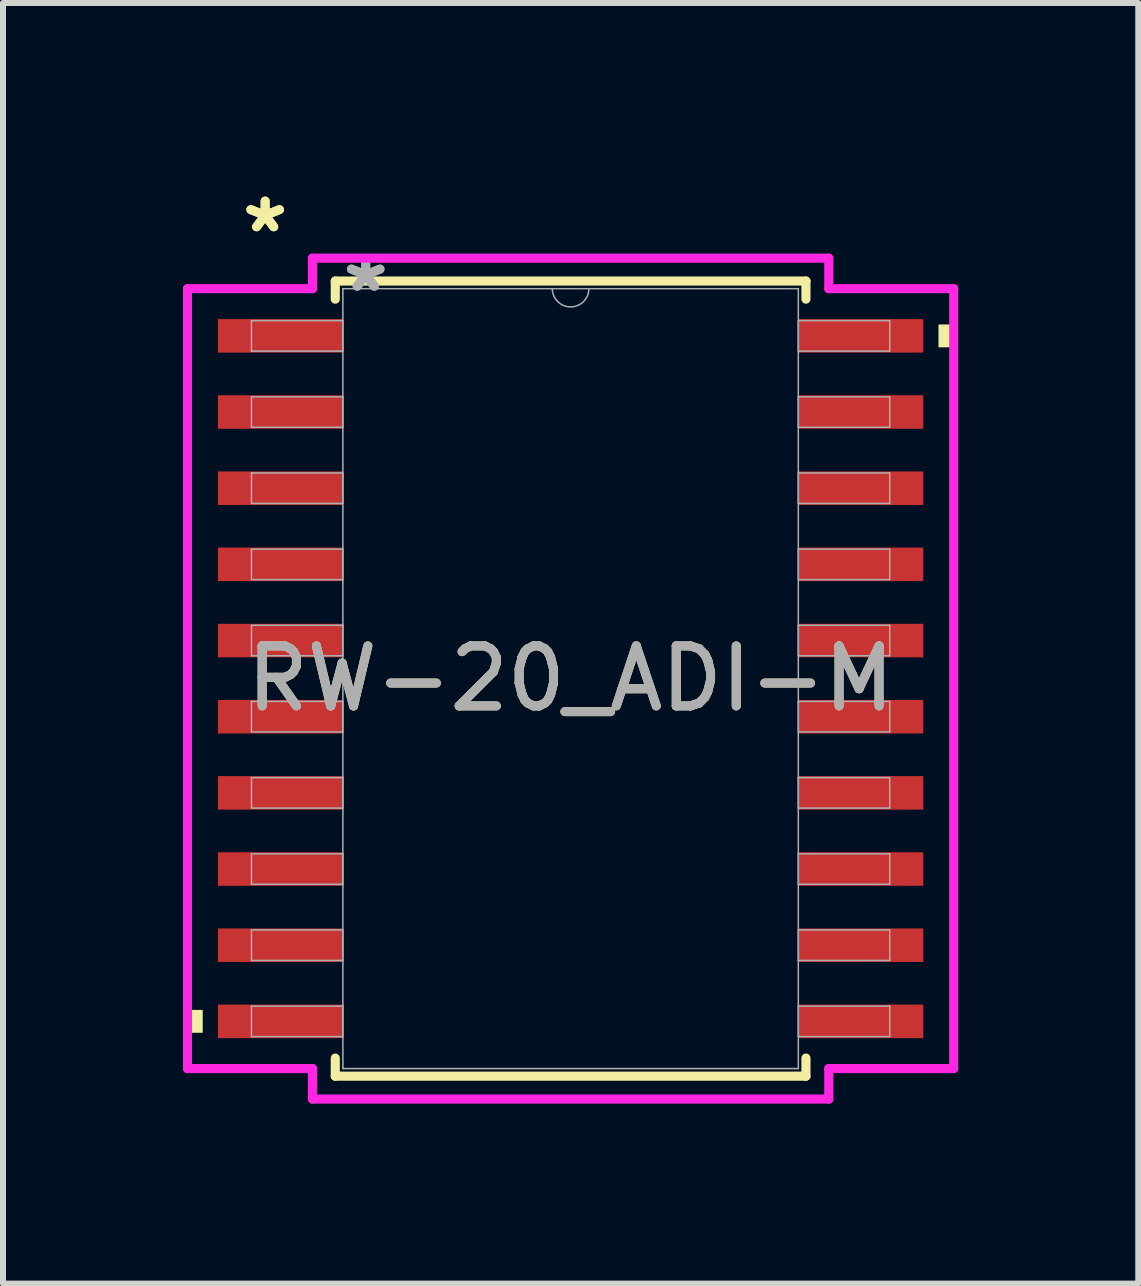
<source format=kicad_pcb>
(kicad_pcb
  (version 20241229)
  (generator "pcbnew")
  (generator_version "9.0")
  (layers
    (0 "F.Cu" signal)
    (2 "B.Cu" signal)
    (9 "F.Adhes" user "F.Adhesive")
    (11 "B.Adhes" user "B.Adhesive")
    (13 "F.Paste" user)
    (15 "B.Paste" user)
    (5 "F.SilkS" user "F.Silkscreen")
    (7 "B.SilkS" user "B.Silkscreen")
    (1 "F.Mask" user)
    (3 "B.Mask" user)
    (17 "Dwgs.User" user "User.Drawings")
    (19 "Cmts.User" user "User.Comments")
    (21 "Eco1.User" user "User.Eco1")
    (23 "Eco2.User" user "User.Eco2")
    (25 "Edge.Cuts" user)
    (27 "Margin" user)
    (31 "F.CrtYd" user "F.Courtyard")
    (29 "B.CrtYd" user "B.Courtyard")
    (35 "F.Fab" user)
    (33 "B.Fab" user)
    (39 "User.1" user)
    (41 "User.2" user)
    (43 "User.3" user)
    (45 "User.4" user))
  (footprint "RW-20_ADI-M"
    (layer "F.Cu")
    (at 6.464 8.265)
    (property "Reference" "RW-20_ADI-M" (at 0 0 0) (unlocked yes) (layer "F.SilkS") (effects (font (size 1 1) (thickness 0.15))))
    (attr smd)
    (fp_line (start -3.924 -6.629) (end -3.924 -6.327) (stroke (width 0.152) (type solid)) (layer "F.SilkS"))
    (fp_line (start -3.924 6.327) (end -3.924 6.629) (stroke (width 0.152) (type solid)) (layer "F.SilkS"))
    (fp_line (start -3.924 6.629) (end 3.924 6.629) (stroke (width 0.152) (type solid)) (layer "F.SilkS"))
    (fp_line (start 3.924 -6.629) (end -3.924 -6.629) (stroke (width 0.152) (type solid)) (layer "F.SilkS"))
    (fp_line (start 3.924 -6.327) (end 3.924 -6.629) (stroke (width 0.152) (type solid)) (layer "F.SilkS"))
    (fp_line (start 3.924 6.629) (end 3.924 6.327) (stroke (width 0.152) (type solid)) (layer "F.SilkS"))
    (fp_poly (pts (xy -6.388 5.524) (xy -6.388 5.905) (xy -6.134 5.905) (xy -6.134 5.524)) (stroke (width 0) (type solid)) (fill yes) (layer "F.SilkS"))
    (fp_poly (pts (xy 6.388 -5.905) (xy 6.388 -5.524) (xy 6.134 -5.524) (xy 6.134 -5.905)) (stroke (width 0) (type solid)) (fill yes) (layer "F.SilkS"))
    (fp_line (start -6.388 -6.502) (end -4.305 -6.502) (stroke (width 0.152) (type solid)) (layer "F.CrtYd"))
    (fp_line (start -6.388 6.502) (end -6.388 -6.502) (stroke (width 0.152) (type solid)) (layer "F.CrtYd"))
    (fp_line (start -6.388 6.502) (end -4.305 6.502) (stroke (width 0.152) (type solid)) (layer "F.CrtYd"))
    (fp_line (start -4.305 -7.01) (end 4.305 -7.01) (stroke (width 0.152) (type solid)) (layer "F.CrtYd"))
    (fp_line (start -4.305 -6.502) (end -4.305 -7.01) (stroke (width 0.152) (type solid)) (layer "F.CrtYd"))
    (fp_line (start -4.305 7.01) (end -4.305 6.502) (stroke (width 0.152) (type solid)) (layer "F.CrtYd"))
    (fp_line (start 4.305 -7.01) (end 4.305 -6.502) (stroke (width 0.152) (type solid)) (layer "F.CrtYd"))
    (fp_line (start 4.305 6.502) (end 4.305 7.01) (stroke (width 0.152) (type solid)) (layer "F.CrtYd"))
    (fp_line (start 4.305 7.01) (end -4.305 7.01) (stroke (width 0.152) (type solid)) (layer "F.CrtYd"))
    (fp_line (start 6.388 -6.502) (end 4.305 -6.502) (stroke (width 0.152) (type solid)) (layer "F.CrtYd"))
    (fp_line (start 6.388 -6.502) (end 6.388 6.502) (stroke (width 0.152) (type solid)) (layer "F.CrtYd"))
    (fp_line (start 6.388 6.502) (end 4.305 6.502) (stroke (width 0.152) (type solid)) (layer "F.CrtYd"))
    (fp_line (start -5.321 -5.969) (end -5.321 -5.461) (stroke (width 0.025) (type solid)) (layer "F.Fab"))
    (fp_line (start -5.321 -5.461) (end -3.797 -5.461) (stroke (width 0.025) (type solid)) (layer "F.Fab"))
    (fp_line (start -5.321 -4.699) (end -5.321 -4.191) (stroke (width 0.025) (type solid)) (layer "F.Fab"))
    (fp_line (start -5.321 -4.191) (end -3.797 -4.191) (stroke (width 0.025) (type solid)) (layer "F.Fab"))
    (fp_line (start -5.321 -3.429) (end -5.321 -2.921) (stroke (width 0.025) (type solid)) (layer "F.Fab"))
    (fp_line (start -5.321 -2.921) (end -3.797 -2.921) (stroke (width 0.025) (type solid)) (layer "F.Fab"))
    (fp_line (start -5.321 -2.159) (end -5.321 -1.651) (stroke (width 0.025) (type solid)) (layer "F.Fab"))
    (fp_line (start -5.321 -1.651) (end -3.797 -1.651) (stroke (width 0.025) (type solid)) (layer "F.Fab"))
    (fp_line (start -5.321 -0.889) (end -5.321 -0.381) (stroke (width 0.025) (type solid)) (layer "F.Fab"))
    (fp_line (start -5.321 -0.381) (end -3.797 -0.381) (stroke (width 0.025) (type solid)) (layer "F.Fab"))
    (fp_line (start -5.321 0.381) (end -5.321 0.889) (stroke (width 0.025) (type solid)) (layer "F.Fab"))
    (fp_line (start -5.321 0.889) (end -3.797 0.889) (stroke (width 0.025) (type solid)) (layer "F.Fab"))
    (fp_line (start -5.321 1.651) (end -5.321 2.159) (stroke (width 0.025) (type solid)) (layer "F.Fab"))
    (fp_line (start -5.321 2.159) (end -3.797 2.159) (stroke (width 0.025) (type solid)) (layer "F.Fab"))
    (fp_line (start -5.321 2.921) (end -5.321 3.429) (stroke (width 0.025) (type solid)) (layer "F.Fab"))
    (fp_line (start -5.321 3.429) (end -3.797 3.429) (stroke (width 0.025) (type solid)) (layer "F.Fab"))
    (fp_line (start -5.321 4.191) (end -5.321 4.699) (stroke (width 0.025) (type solid)) (layer "F.Fab"))
    (fp_line (start -5.321 4.699) (end -3.797 4.699) (stroke (width 0.025) (type solid)) (layer "F.Fab"))
    (fp_line (start -5.321 5.461) (end -5.321 5.969) (stroke (width 0.025) (type solid)) (layer "F.Fab"))
    (fp_line (start -5.321 5.969) (end -3.797 5.969) (stroke (width 0.025) (type solid)) (layer "F.Fab"))
    (fp_line (start -3.797 -6.502) (end -3.797 6.502) (stroke (width 0.025) (type solid)) (layer "F.Fab"))
    (fp_line (start -3.797 -5.969) (end -5.321 -5.969) (stroke (width 0.025) (type solid)) (layer "F.Fab"))
    (fp_line (start -3.797 -5.461) (end -3.797 -5.969) (stroke (width 0.025) (type solid)) (layer "F.Fab"))
    (fp_line (start -3.797 -4.699) (end -5.321 -4.699) (stroke (width 0.025) (type solid)) (layer "F.Fab"))
    (fp_line (start -3.797 -4.191) (end -3.797 -4.699) (stroke (width 0.025) (type solid)) (layer "F.Fab"))
    (fp_line (start -3.797 -3.429) (end -5.321 -3.429) (stroke (width 0.025) (type solid)) (layer "F.Fab"))
    (fp_line (start -3.797 -2.921) (end -3.797 -3.429) (stroke (width 0.025) (type solid)) (layer "F.Fab"))
    (fp_line (start -3.797 -2.159) (end -5.321 -2.159) (stroke (width 0.025) (type solid)) (layer "F.Fab"))
    (fp_line (start -3.797 -1.651) (end -3.797 -2.159) (stroke (width 0.025) (type solid)) (layer "F.Fab"))
    (fp_line (start -3.797 -0.889) (end -5.321 -0.889) (stroke (width 0.025) (type solid)) (layer "F.Fab"))
    (fp_line (start -3.797 -0.381) (end -3.797 -0.889) (stroke (width 0.025) (type solid)) (layer "F.Fab"))
    (fp_line (start -3.797 0.381) (end -5.321 0.381) (stroke (width 0.025) (type solid)) (layer "F.Fab"))
    (fp_line (start -3.797 0.889) (end -3.797 0.381) (stroke (width 0.025) (type solid)) (layer "F.Fab"))
    (fp_line (start -3.797 1.651) (end -5.321 1.651) (stroke (width 0.025) (type solid)) (layer "F.Fab"))
    (fp_line (start -3.797 2.159) (end -3.797 1.651) (stroke (width 0.025) (type solid)) (layer "F.Fab"))
    (fp_line (start -3.797 2.921) (end -5.321 2.921) (stroke (width 0.025) (type solid)) (layer "F.Fab"))
    (fp_line (start -3.797 3.429) (end -3.797 2.921) (stroke (width 0.025) (type solid)) (layer "F.Fab"))
    (fp_line (start -3.797 4.191) (end -5.321 4.191) (stroke (width 0.025) (type solid)) (layer "F.Fab"))
    (fp_line (start -3.797 4.699) (end -3.797 4.191) (stroke (width 0.025) (type solid)) (layer "F.Fab"))
    (fp_line (start -3.797 5.461) (end -5.321 5.461) (stroke (width 0.025) (type solid)) (layer "F.Fab"))
    (fp_line (start -3.797 5.969) (end -3.797 5.461) (stroke (width 0.025) (type solid)) (layer "F.Fab"))
    (fp_line (start -3.797 6.502) (end 3.797 6.502) (stroke (width 0.025) (type solid)) (layer "F.Fab"))
    (fp_line (start 3.797 -6.502) (end -3.797 -6.502) (stroke (width 0.025) (type solid)) (layer "F.Fab"))
    (fp_line (start 3.797 -5.969) (end 3.797 -5.461) (stroke (width 0.025) (type solid)) (layer "F.Fab"))
    (fp_line (start 3.797 -5.461) (end 5.321 -5.461) (stroke (width 0.025) (type solid)) (layer "F.Fab"))
    (fp_line (start 3.797 -4.699) (end 3.797 -4.191) (stroke (width 0.025) (type solid)) (layer "F.Fab"))
    (fp_line (start 3.797 -4.191) (end 5.321 -4.191) (stroke (width 0.025) (type solid)) (layer "F.Fab"))
    (fp_line (start 3.797 -3.429) (end 3.797 -2.921) (stroke (width 0.025) (type solid)) (layer "F.Fab"))
    (fp_line (start 3.797 -2.921) (end 5.321 -2.921) (stroke (width 0.025) (type solid)) (layer "F.Fab"))
    (fp_line (start 3.797 -2.159) (end 3.797 -1.651) (stroke (width 0.025) (type solid)) (layer "F.Fab"))
    (fp_line (start 3.797 -1.651) (end 5.321 -1.651) (stroke (width 0.025) (type solid)) (layer "F.Fab"))
    (fp_line (start 3.797 -0.889) (end 3.797 -0.381) (stroke (width 0.025) (type solid)) (layer "F.Fab"))
    (fp_line (start 3.797 -0.381) (end 5.321 -0.381) (stroke (width 0.025) (type solid)) (layer "F.Fab"))
    (fp_line (start 3.797 0.381) (end 3.797 0.889) (stroke (width 0.025) (type solid)) (layer "F.Fab"))
    (fp_line (start 3.797 0.889) (end 5.321 0.889) (stroke (width 0.025) (type solid)) (layer "F.Fab"))
    (fp_line (start 3.797 1.651) (end 3.797 2.159) (stroke (width 0.025) (type solid)) (layer "F.Fab"))
    (fp_line (start 3.797 2.159) (end 5.321 2.159) (stroke (width 0.025) (type solid)) (layer "F.Fab"))
    (fp_line (start 3.797 2.921) (end 3.797 3.429) (stroke (width 0.025) (type solid)) (layer "F.Fab"))
    (fp_line (start 3.797 3.429) (end 5.321 3.429) (stroke (width 0.025) (type solid)) (layer "F.Fab"))
    (fp_line (start 3.797 4.191) (end 3.797 4.699) (stroke (width 0.025) (type solid)) (layer "F.Fab"))
    (fp_line (start 3.797 4.699) (end 5.321 4.699) (stroke (width 0.025) (type solid)) (layer "F.Fab"))
    (fp_line (start 3.797 5.461) (end 3.797 5.969) (stroke (width 0.025) (type solid)) (layer "F.Fab"))
    (fp_line (start 3.797 5.969) (end 5.321 5.969) (stroke (width 0.025) (type solid)) (layer "F.Fab"))
    (fp_line (start 3.797 6.502) (end 3.797 -6.502) (stroke (width 0.025) (type solid)) (layer "F.Fab"))
    (fp_line (start 5.321 -5.969) (end 3.797 -5.969) (stroke (width 0.025) (type solid)) (layer "F.Fab"))
    (fp_line (start 5.321 -5.461) (end 5.321 -5.969) (stroke (width 0.025) (type solid)) (layer "F.Fab"))
    (fp_line (start 5.321 -4.699) (end 3.797 -4.699) (stroke (width 0.025) (type solid)) (layer "F.Fab"))
    (fp_line (start 5.321 -4.191) (end 5.321 -4.699) (stroke (width 0.025) (type solid)) (layer "F.Fab"))
    (fp_line (start 5.321 -3.429) (end 3.797 -3.429) (stroke (width 0.025) (type solid)) (layer "F.Fab"))
    (fp_line (start 5.321 -2.921) (end 5.321 -3.429) (stroke (width 0.025) (type solid)) (layer "F.Fab"))
    (fp_line (start 5.321 -2.159) (end 3.797 -2.159) (stroke (width 0.025) (type solid)) (layer "F.Fab"))
    (fp_line (start 5.321 -1.651) (end 5.321 -2.159) (stroke (width 0.025) (type solid)) (layer "F.Fab"))
    (fp_line (start 5.321 -0.889) (end 3.797 -0.889) (stroke (width 0.025) (type solid)) (layer "F.Fab"))
    (fp_line (start 5.321 -0.381) (end 5.321 -0.889) (stroke (width 0.025) (type solid)) (layer "F.Fab"))
    (fp_line (start 5.321 0.381) (end 3.797 0.381) (stroke (width 0.025) (type solid)) (layer "F.Fab"))
    (fp_line (start 5.321 0.889) (end 5.321 0.381) (stroke (width 0.025) (type solid)) (layer "F.Fab"))
    (fp_line (start 5.321 1.651) (end 3.797 1.651) (stroke (width 0.025) (type solid)) (layer "F.Fab"))
    (fp_line (start 5.321 2.159) (end 5.321 1.651) (stroke (width 0.025) (type solid)) (layer "F.Fab"))
    (fp_line (start 5.321 2.921) (end 3.797 2.921) (stroke (width 0.025) (type solid)) (layer "F.Fab"))
    (fp_line (start 5.321 3.429) (end 5.321 2.921) (stroke (width 0.025) (type solid)) (layer "F.Fab"))
    (fp_line (start 5.321 4.191) (end 3.797 4.191) (stroke (width 0.025) (type solid)) (layer "F.Fab"))
    (fp_line (start 5.321 4.699) (end 5.321 4.191) (stroke (width 0.025) (type solid)) (layer "F.Fab"))
    (fp_line (start 5.321 5.461) (end 3.797 5.461) (stroke (width 0.025) (type solid)) (layer "F.Fab"))
    (fp_line (start 5.321 5.969) (end 5.321 5.461) (stroke (width 0.025) (type solid)) (layer "F.Fab"))
    (fp_arc (start 0.3048 -6.5024) (mid 0 -6.1976) (end -0.3048 -6.5024) (stroke (width 0.0254) (type solid)) (layer "F.Fab"))
    (fp_text user "*" (at -5.093 -7.417 0) (unlocked yes) (layer "F.SilkS") (effects (font (size 1 1) (thickness 0.15))))
    (fp_text user "*" (at -5.093 -7.417 0) (layer "F.SilkS") (effects (font (size 1 1) (thickness 0.15))))
    (fp_text user "*" (at -3.416 -6.426 0) (layer "F.Fab") (effects (font (size 1 1) (thickness 0.15))))
    (fp_text user "${REFERENCE}" (at 0 0 0) (unlocked yes) (layer "F.Fab") (effects (font (size 1 1) (thickness 0.15))))
    (fp_text user "*" (at -3.416 -6.426 0) (unlocked yes) (layer "F.Fab") (effects (font (size 1 1) (thickness 0.15))))
    (pad "1" smd rect (at -4.839 -5.715) (size 2.083 0.559) (layers "F.Cu" "F.Mask" "F.Paste"))
    (pad "2" smd rect (at -4.839 -4.445) (size 2.083 0.559) (layers "F.Cu" "F.Mask" "F.Paste"))
    (pad "3" smd rect (at -4.839 -3.175) (size 2.083 0.559) (layers "F.Cu" "F.Mask" "F.Paste"))
    (pad "4" smd rect (at -4.839 -1.905) (size 2.083 0.559) (layers "F.Cu" "F.Mask" "F.Paste"))
    (pad "5" smd rect (at -4.839 -0.635) (size 2.083 0.559) (layers "F.Cu" "F.Mask" "F.Paste"))
    (pad "6" smd rect (at -4.839 0.635) (size 2.083 0.559) (layers "F.Cu" "F.Mask" "F.Paste"))
    (pad "7" smd rect (at -4.839 1.905) (size 2.083 0.559) (layers "F.Cu" "F.Mask" "F.Paste"))
    (pad "8" smd rect (at -4.839 3.175) (size 2.083 0.559) (layers "F.Cu" "F.Mask" "F.Paste"))
    (pad "9" smd rect (at -4.839 4.445) (size 2.083 0.559) (layers "F.Cu" "F.Mask" "F.Paste"))
    (pad "10" smd rect (at -4.839 5.715) (size 2.083 0.559) (layers "F.Cu" "F.Mask" "F.Paste"))
    (pad "11" smd rect (at 4.839 5.715) (size 2.083 0.559) (layers "F.Cu" "F.Mask" "F.Paste"))
    (pad "12" smd rect (at 4.839 4.445) (size 2.083 0.559) (layers "F.Cu" "F.Mask" "F.Paste"))
    (pad "13" smd rect (at 4.839 3.175) (size 2.083 0.559) (layers "F.Cu" "F.Mask" "F.Paste"))
    (pad "14" smd rect (at 4.839 1.905) (size 2.083 0.559) (layers "F.Cu" "F.Mask" "F.Paste"))
    (pad "15" smd rect (at 4.839 0.635) (size 2.083 0.559) (layers "F.Cu" "F.Mask" "F.Paste"))
    (pad "16" smd rect (at 4.839 -0.635) (size 2.083 0.559) (layers "F.Cu" "F.Mask" "F.Paste"))
    (pad "17" smd rect (at 4.839 -1.905) (size 2.083 0.559) (layers "F.Cu" "F.Mask" "F.Paste"))
    (pad "18" smd rect (at 4.839 -3.175) (size 2.083 0.559) (layers "F.Cu" "F.Mask" "F.Paste"))
    (pad "19" smd rect (at 4.839 -4.445) (size 2.083 0.559) (layers "F.Cu" "F.Mask" "F.Paste"))
    (pad "20" smd rect (at 4.839 -5.715) (size 2.083 0.559) (layers "F.Cu" "F.Mask" "F.Paste")))
  (gr_rect
    (start -3 -3)
    (end 15.929 18.352)
    (stroke (width 0.1) (type default))
    (fill no)
    (layer "Edge.Cuts")))
</source>
